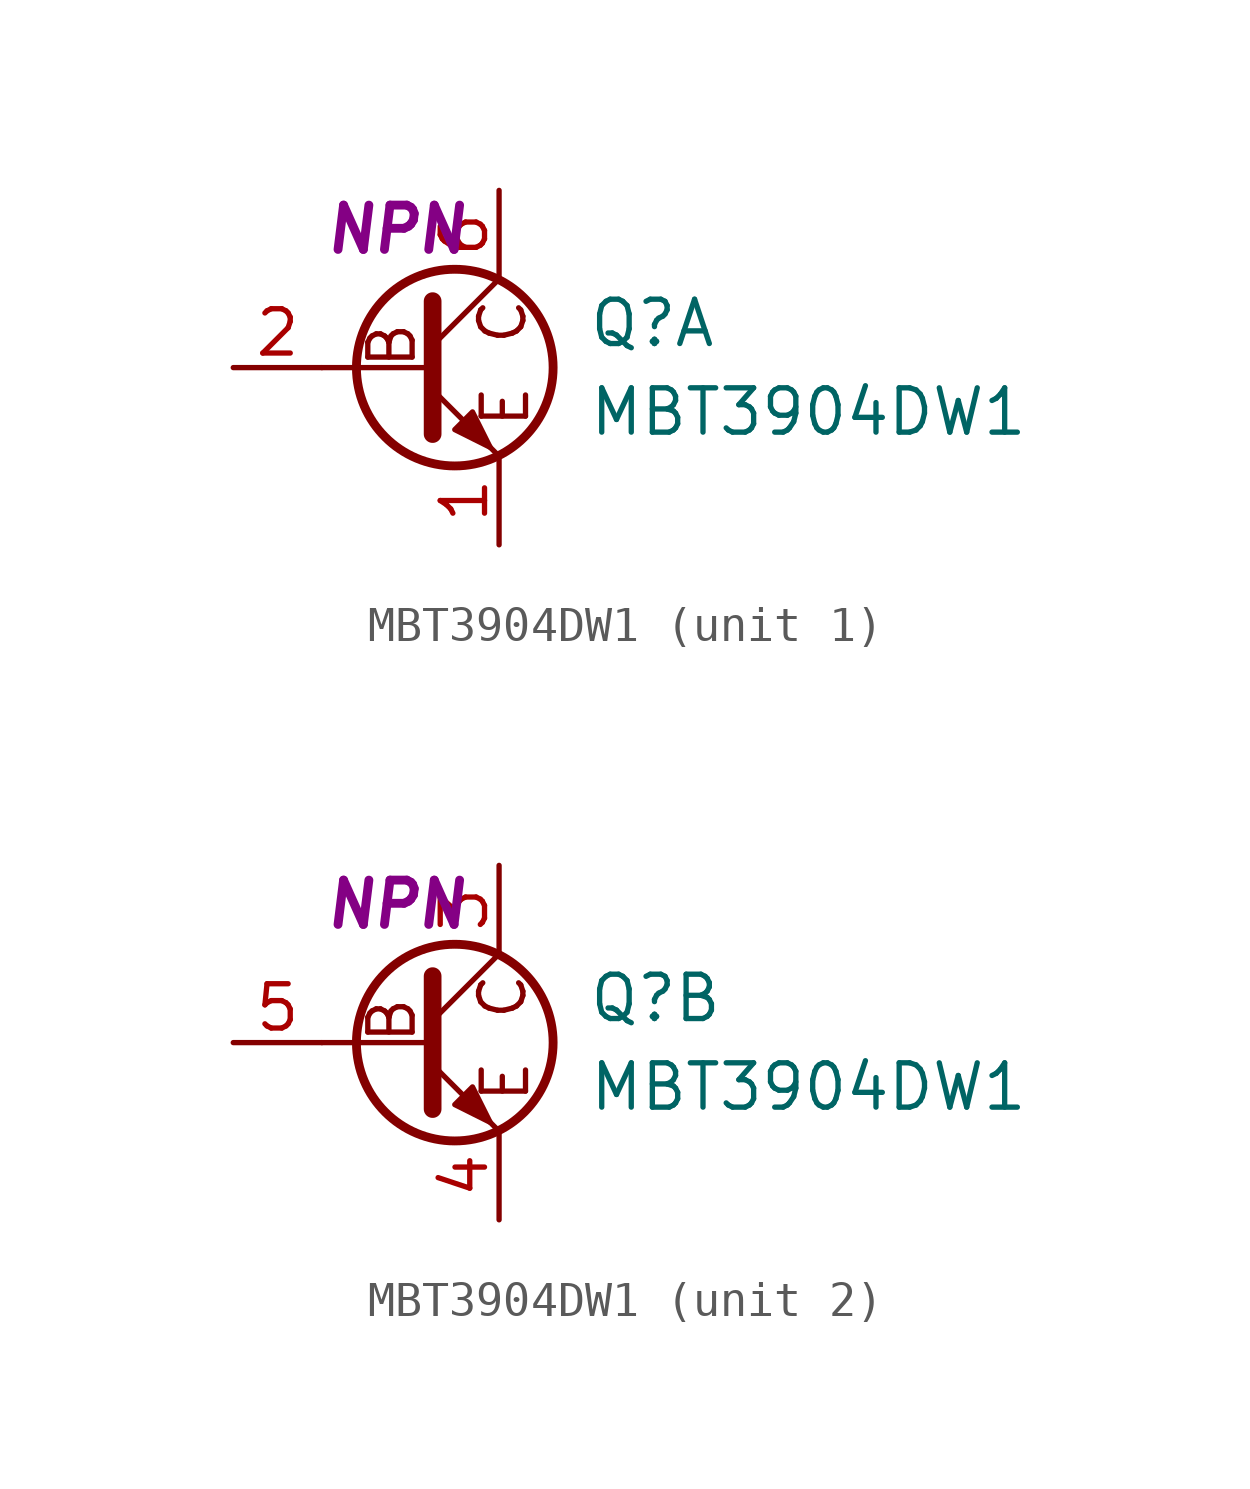
<source format=kicad_sym>
(kicad_symbol_lib
  (version 20211014)
  (generator kicad_symbol_editor)
  (symbol "MBT3904DW1"
    (pin_names
      (offset 0) hide)
    (property "Reference" "Q"
      (at 5.08 1.27 0)
      (effects (font (size 1.27 1.27)) (justify left)))
    (property "Value" "MBT3904DW1"
      (at 5.08 -1.27 0)
      (effects (font (size 1.27 1.27)) (justify left)))
    (property "Display" "NPN"
      (at -0.406 3.962 0)
      (effects (font (size 1.27 1.27) bold italic)))
    (property "ki_locked" ""
      (at 0 0 0)
      (effects (font (size 1.27 1.27))))
    (symbol "MBT3904DW1_0_0"
      (text "B" (at -0.533 0.635 900) (effects (font (size 1.27 1.27))))
      (text "C" (at 2.642 1.321 900) (effects (font (size 1.27 1.27))))
      (text "E" (at 2.718 -1.118 900) (effects (font (size 1.27 1.27)))))
    (symbol "MBT3904DW1_0_1"
      (polyline (pts (xy 0.635 0) (xy -2.54 0)) (stroke (width 0) (type default) (color 0 0 0 0)) (fill (type none)))
      (polyline (pts (xy 0.635 0.635) (xy 2.54 2.54)) (stroke (width 0) (type default) (color 0 0 0 0)) (fill (type none)))
      (polyline (pts (xy 0.635 -0.635) (xy 2.54 -2.54) (xy 2.54 -2.54)) (stroke (width 0) (type default) (color 0 0 0 0)) (fill (type none)))
      (polyline (pts (xy 0.635 1.905) (xy 0.635 -1.905) (xy 0.635 -1.905)) (stroke (width 0.508) (type default) (color 0 0 0 0)) (fill (type none)))
      (polyline (pts (xy 1.27 -1.778) (xy 1.778 -1.27) (xy 2.286 -2.286) (xy 1.27 -1.778) (xy 1.27 -1.778)) (stroke (width 0) (type default) (color 0 0 0 0)) (fill (type outline)))
      (circle (center 1.27 0) (radius 2.819) (stroke (width 0.254) (type default) (color 0 0 0 0)) (fill (type none))))
    (symbol "MBT3904DW1_1_1"
      (pin passive line (at 2.54 -5.08 90) (length 2.54) (name "E1" (effects (font (size 1.27 1.27)))) (number "1" (effects (font (size 1.27 1.27)))))
      (pin input line (at -5.08 0 0) (length 2.54) (name "B1" (effects (font (size 1.27 1.27)))) (number "2" (effects (font (size 1.27 1.27)))))
      (pin passive line (at 2.54 5.08 270) (length 2.54) (name "C1" (effects (font (size 1.27 1.27)))) (number "6" (effects (font (size 1.27 1.27))))))
    (symbol "MBT3904DW1_2_1"
      (pin passive line (at 2.54 5.08 270) (length 2.54) (name "C2" (effects (font (size 1.27 1.27)))) (number "3" (effects (font (size 1.27 1.27)))))
      (pin passive line (at 2.54 -5.08 90) (length 2.54) (name "E2" (effects (font (size 1.27 1.27)))) (number "4" (effects (font (size 1.27 1.27)))))
      (pin input line (at -5.08 0 0) (length 2.54) (name "B2" (effects (font (size 1.27 1.27)))) (number "5" (effects (font (size 1.27 1.27))))))))
</source>
